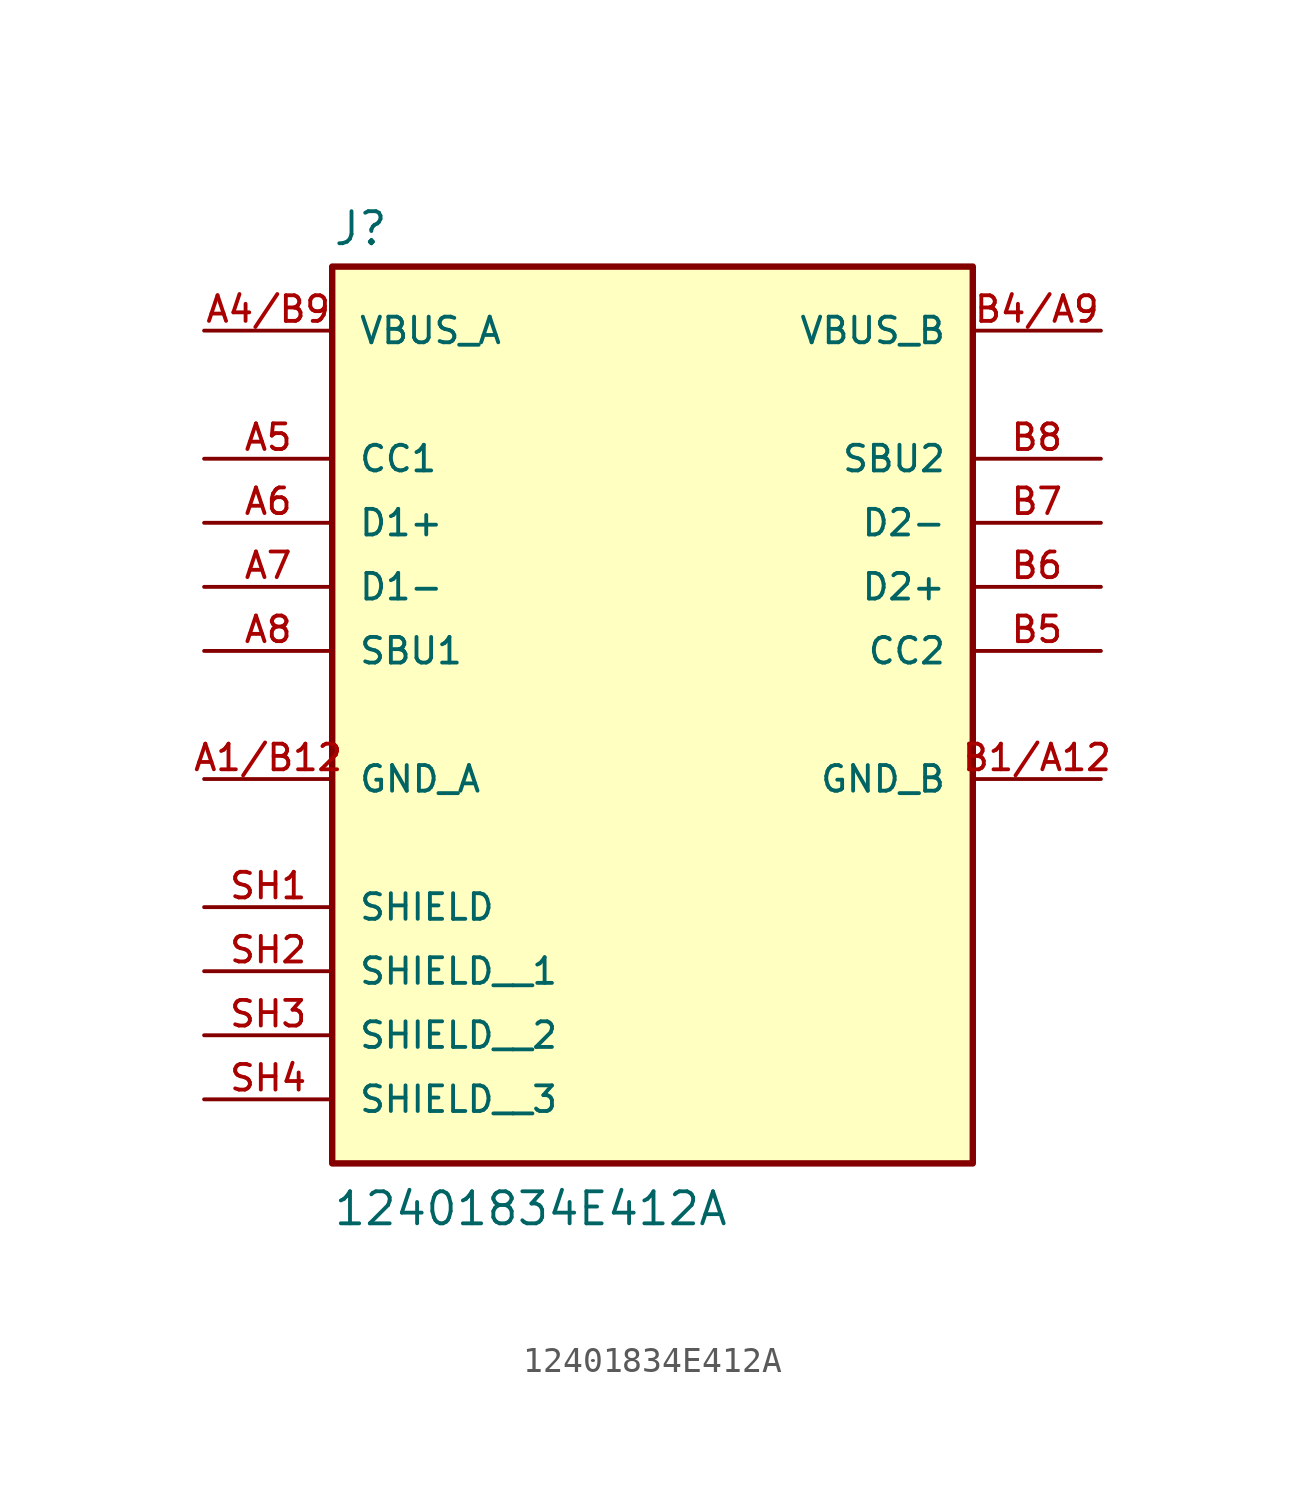
<source format=kicad_sym>
(kicad_symbol_lib
  (version 20211014)
  (generator kicad_symbol_editor)
  (symbol "12401834E412A"
    (pin_names
      (offset 1.016))
    (property "Reference" "J"
      (at -12.7 13.462 0)
      (effects (font (size 1.27 1.27)) (justify bottom left)))
    (property "Value" "12401834E412A"
      (at -12.7 -25.4 0)
      (effects (font (size 1.27 1.27)) (justify bottom left)))
    (symbol "12401834E412A_0_0"
      (rectangle (start -12.7 -22.86) (end 12.7 12.7) (stroke (width 0.254)) (fill (type background)))
      (pin power_in line (at -17.78 -7.62 0) (length 5.08) (name "GND_A" (effects (font (size 1.016 1.016)))) (number "A1/B12" (effects (font (size 1.016 1.016)))))
      (pin power_in line (at -17.78 10.16 0) (length 5.08) (name "VBUS_A" (effects (font (size 1.016 1.016)))) (number "A4/B9" (effects (font (size 1.016 1.016)))))
      (pin bidirectional line (at -17.78 2.54 0) (length 5.08) (name "D1+" (effects (font (size 1.016 1.016)))) (number "A6" (effects (font (size 1.016 1.016)))))
      (pin bidirectional line (at -17.78 5.08 0) (length 5.08) (name "CC1" (effects (font (size 1.016 1.016)))) (number "A5" (effects (font (size 1.016 1.016)))))
      (pin bidirectional line (at -17.78 -2.54 0) (length 5.08) (name "SBU1" (effects (font (size 1.016 1.016)))) (number "A8" (effects (font (size 1.016 1.016)))))
      (pin bidirectional line (at -17.78 0.0 0) (length 5.08) (name "D1-" (effects (font (size 1.016 1.016)))) (number "A7" (effects (font (size 1.016 1.016)))))
      (pin passive line (at -17.78 -12.7 0) (length 5.08) (name "SHIELD" (effects (font (size 1.016 1.016)))) (number "SH1" (effects (font (size 1.016 1.016)))))
      (pin power_in line (at 17.78 -7.62 180.0) (length 5.08) (name "GND_B" (effects (font (size 1.016 1.016)))) (number "B1/A12" (effects (font (size 1.016 1.016)))))
      (pin power_in line (at 17.78 10.16 180.0) (length 5.08) (name "VBUS_B" (effects (font (size 1.016 1.016)))) (number "B4/A9" (effects (font (size 1.016 1.016)))))
      (pin bidirectional line (at 17.78 0.0 180.0) (length 5.08) (name "D2+" (effects (font (size 1.016 1.016)))) (number "B6" (effects (font (size 1.016 1.016)))))
      (pin bidirectional line (at 17.78 -2.54 180.0) (length 5.08) (name "CC2" (effects (font (size 1.016 1.016)))) (number "B5" (effects (font (size 1.016 1.016)))))
      (pin bidirectional line (at 17.78 5.08 180.0) (length 5.08) (name "SBU2" (effects (font (size 1.016 1.016)))) (number "B8" (effects (font (size 1.016 1.016)))))
      (pin bidirectional line (at 17.78 2.54 180.0) (length 5.08) (name "D2-" (effects (font (size 1.016 1.016)))) (number "B7" (effects (font (size 1.016 1.016)))))
      (pin passive line (at -17.78 -15.24 0) (length 5.08) (name "SHIELD__1" (effects (font (size 1.016 1.016)))) (number "SH2" (effects (font (size 1.016 1.016)))))
      (pin passive line (at -17.78 -17.78 0) (length 5.08) (name "SHIELD__2" (effects (font (size 1.016 1.016)))) (number "SH3" (effects (font (size 1.016 1.016)))))
      (pin passive line (at -17.78 -20.32 0) (length 5.08) (name "SHIELD__3" (effects (font (size 1.016 1.016)))) (number "SH4" (effects (font (size 1.016 1.016))))))))
</source>
